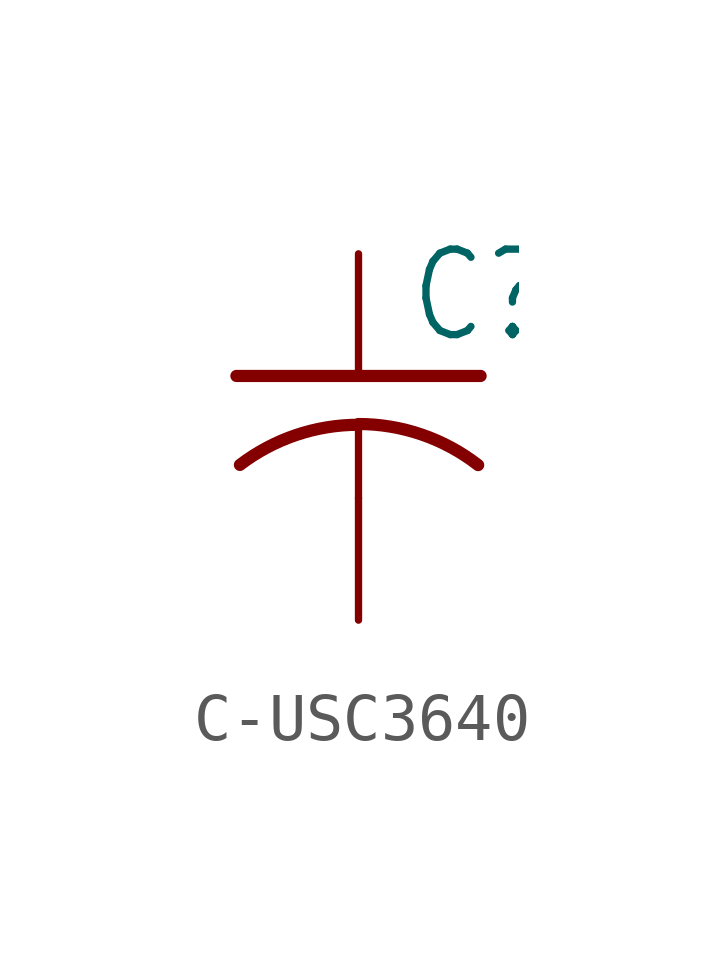
<source format=kicad_sym>
(kicad_symbol_lib
  (version 20241209)
  (generator "kicad_symbol_editor")
  (generator_version "9.0")
  (symbol "C-USC3640"
    (property "Reference" "C"
      (at 1.016 0.635 0)
      (effects (font (size 1.778 1.511)) (justify left bottom)))
    (property "Value" ""
      (at 1.016 -4.191 0)
      (effects (font (size 1.778 1.511)) (justify left bottom)))
    (property "ki_locked" ""
      (at 0 0 0)
      (effects (font (size 1.27 1.27))))
    (symbol "C-USC3640_1_0"
      (polyline (pts (xy -2.54 0) (xy 2.54 0)) (stroke (width 0.254) (type solid)) (fill (type none)))
      (polyline (pts (xy 0 -1.016) (xy 0 -2.54)) (stroke (width 0.152) (type solid)) (fill (type none)))
      (arc (start 0 -1) (mid 1.3158 -1.2195) (end 2.4892 -1.8541) (stroke (width 0.254) (type solid)) (fill (type none)))
      (arc (start -2.4668 -1.8504) (mid -1.302 -1.2303) (end 0 -1.0161) (stroke (width 0.254) (type solid)) (fill (type none)))
      (pin passive line (at 0 2.54 270) (length 2.54) (name "1" (effects (font (size 0 0)))) (number "1" (effects (font (size 0 0)))))
      (pin passive line (at 0 -5.08 90) (length 2.54) (name "2" (effects (font (size 0 0)))) (number "2" (effects (font (size 0 0))))))))
</source>
